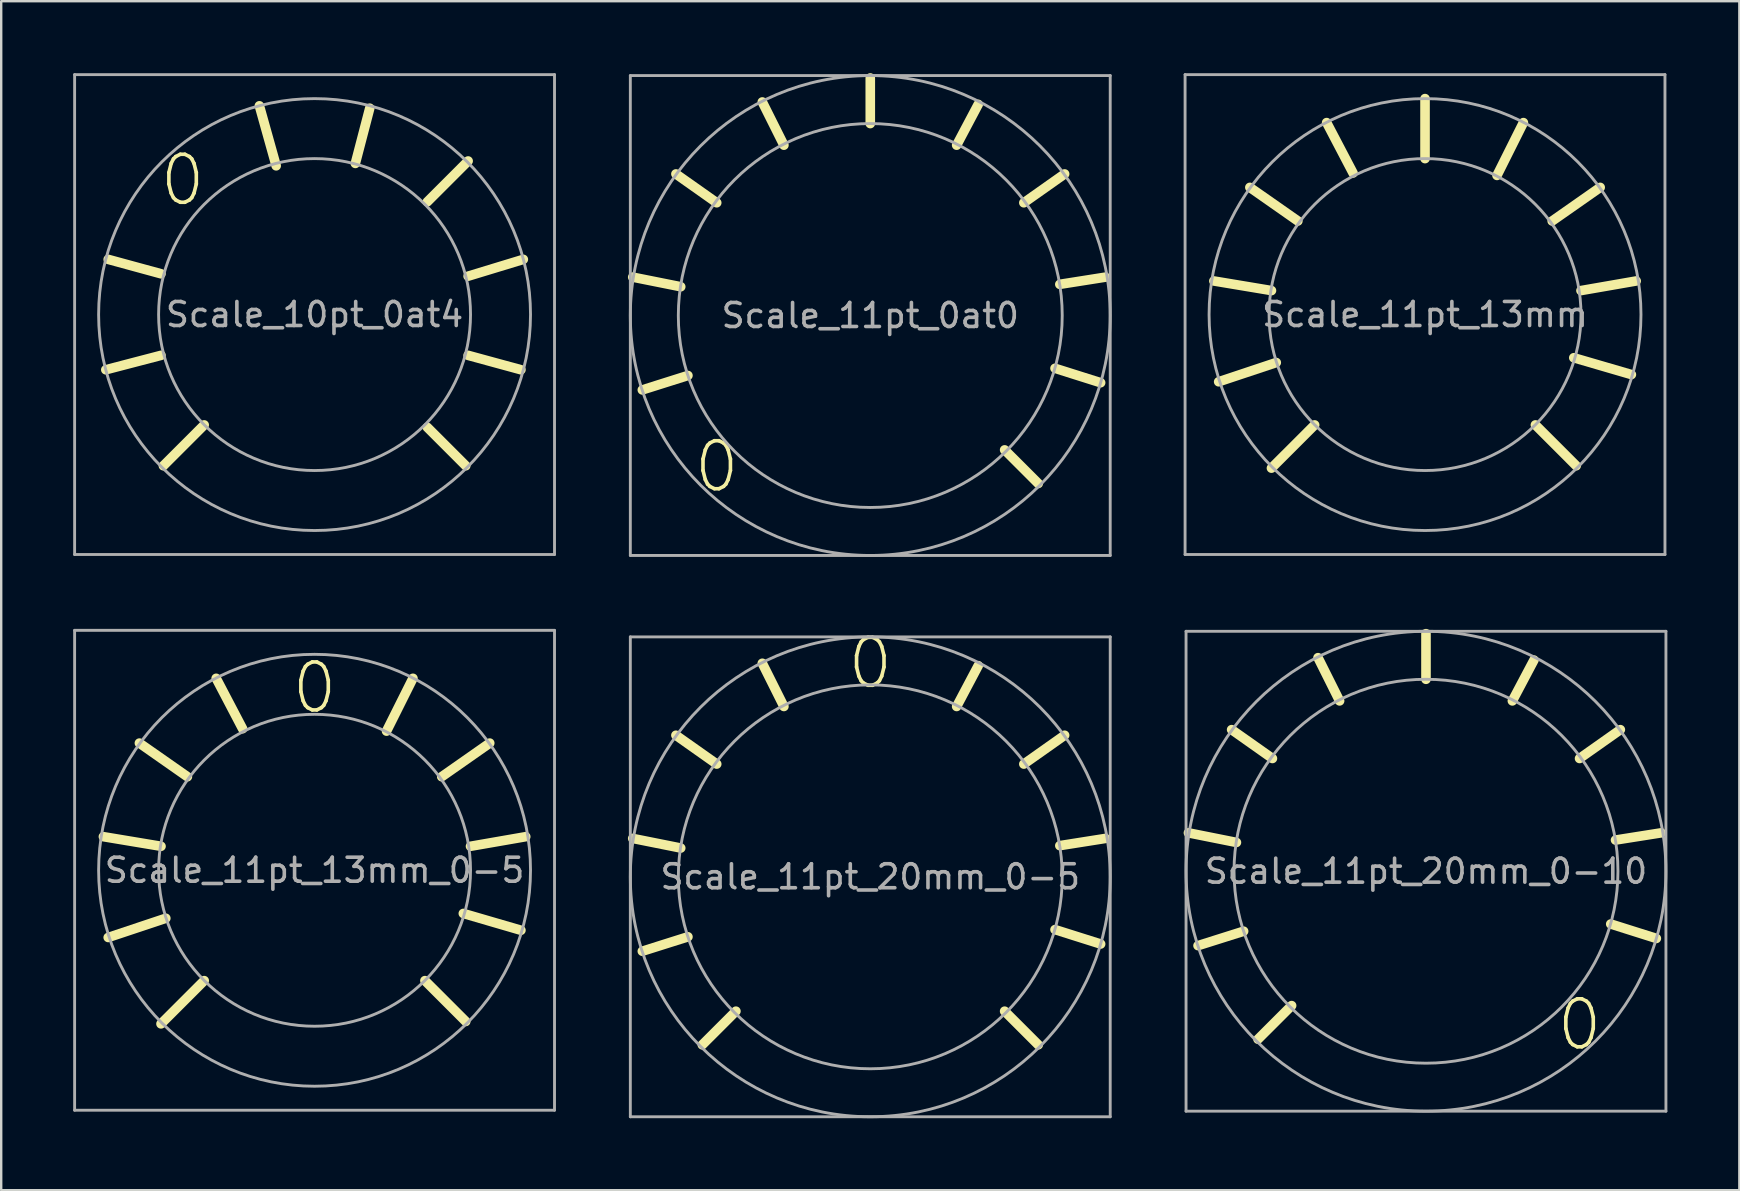
<source format=kicad_pcb>
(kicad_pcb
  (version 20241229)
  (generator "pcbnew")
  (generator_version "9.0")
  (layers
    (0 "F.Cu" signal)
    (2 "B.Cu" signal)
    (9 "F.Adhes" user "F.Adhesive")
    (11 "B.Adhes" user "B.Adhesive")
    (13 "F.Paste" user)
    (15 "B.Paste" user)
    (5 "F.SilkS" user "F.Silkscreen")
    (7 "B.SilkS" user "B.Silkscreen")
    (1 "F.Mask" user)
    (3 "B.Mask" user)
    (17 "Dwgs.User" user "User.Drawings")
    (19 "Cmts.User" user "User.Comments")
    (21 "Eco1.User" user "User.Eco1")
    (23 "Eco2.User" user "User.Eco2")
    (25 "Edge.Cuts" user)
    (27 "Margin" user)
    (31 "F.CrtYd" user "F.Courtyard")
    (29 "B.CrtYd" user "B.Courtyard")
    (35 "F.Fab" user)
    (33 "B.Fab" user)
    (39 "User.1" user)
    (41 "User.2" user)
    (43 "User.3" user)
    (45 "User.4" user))
  (footprint "Scale_11pt_13mm_0-5"
    (layer "F.Cu")
    (at 10.06 33.22)
    (property "Reference" "Scale_11pt_13mm_0-5" (at 0 0 0) (layer "F.Fab") (effects (font (size 1 1) (thickness 0.15))))
    (attr through_hole)
    (fp_line (start -6.4 -1) (end -8.8 -1.4) (stroke (width 0.4) (type solid)) (layer "F.SilkS"))
    (fp_line (start -6.2 2) (end -8.6 2.8) (stroke (width 0.4) (type solid)) (layer "F.SilkS"))
    (fp_line (start -5.3 -3.9) (end -7.3 -5.3) (stroke (width 0.4) (type solid)) (layer "F.SilkS"))
    (fp_line (start -4.6 4.6) (end -6.4 6.4) (stroke (width 0.4) (type solid)) (layer "F.SilkS"))
    (fp_line (start -3 -5.9) (end -4.1 -8) (stroke (width 0.4) (type solid)) (layer "F.SilkS"))
    (fp_line (start 3 -5.8) (end 4.1 -8) (stroke (width 0.4) (type solid)) (layer "F.SilkS"))
    (fp_line (start 4.6 4.6) (end 6.3 6.3) (stroke (width 0.4) (type solid)) (layer "F.SilkS"))
    (fp_line (start 5.3 -3.9) (end 7.3 -5.3) (stroke (width 0.4) (type solid)) (layer "F.SilkS"))
    (fp_line (start 6.2 1.8) (end 8.6 2.5) (stroke (width 0.4) (type solid)) (layer "F.SilkS"))
    (fp_line (start 6.5 -1) (end 8.8 -1.4) (stroke (width 0.4) (type solid)) (layer "F.SilkS"))
    (fp_line (start -10 -10) (end -10 10) (stroke (width 0.12) (type solid)) (layer "F.Fab"))
    (fp_line (start -10 -10) (end 10 -10) (stroke (width 0.12) (type solid)) (layer "F.Fab"))
    (fp_line (start -10 10) (end 10 10) (stroke (width 0.12) (type solid)) (layer "F.Fab"))
    (fp_line (start 10 -10) (end 10 10) (stroke (width 0.12) (type solid)) (layer "F.Fab"))
    (fp_circle (center 0 0) (end 6.5 0) (stroke (width 0.12) (type solid)) (fill no) (layer "F.Fab"))
    (fp_circle (center 0 0) (end 9 0) (stroke (width 0.12) (type solid)) (fill no) (layer "F.Fab"))
    (fp_text user "0" (at 0 -7.6 0) (layer "F.SilkS") (effects (font (size 2 2) (thickness 0.15)))))
  (footprint "Scale_11pt_20mm_0-10"
    (layer "F.Cu")
    (at 56.38 33.26)
    (property "Reference" "Scale_11pt_20mm_0-10" (at 0 0 0) (layer "F.Fab") (effects (font (size 1 1) (thickness 0.15))))
    (attr through_hole)
    (fp_line (start -7.9 -1.2) (end -9.9 -1.6) (stroke (width 0.4) (type solid)) (layer "F.SilkS"))
    (fp_line (start -7.6 2.5) (end -9.5 3.1) (stroke (width 0.4) (type solid)) (layer "F.SilkS"))
    (fp_line (start -6.4 -4.7) (end -8.1 -5.9) (stroke (width 0.4) (type solid)) (layer "F.SilkS"))
    (fp_line (start -5.6 5.6) (end -7 7) (stroke (width 0.4) (type solid)) (layer "F.SilkS"))
    (fp_line (start -3.6 -7.1) (end -4.5 -8.9) (stroke (width 0.4) (type solid)) (layer "F.SilkS"))
    (fp_line (start 0 -8) (end 0 -9.9) (stroke (width 0.4) (type solid)) (layer "F.SilkS"))
    (fp_line (start 3.6 -7.1) (end 4.5 -8.8) (stroke (width 0.4) (type solid)) (layer "F.SilkS"))
    (fp_line (start 6.4 -4.7) (end 8.1 -5.9) (stroke (width 0.4) (type solid)) (layer "F.SilkS"))
    (fp_line (start 7.7 2.2) (end 9.6 2.8) (stroke (width 0.4) (type solid)) (layer "F.SilkS"))
    (fp_line (start 7.9 -1.3) (end 9.8 -1.6) (stroke (width 0.4) (type solid)) (layer "F.SilkS"))
    (fp_line (start -10 -10) (end -10 10) (stroke (width 0.12) (type solid)) (layer "F.Fab"))
    (fp_line (start -10 -10) (end 10 -10) (stroke (width 0.12) (type solid)) (layer "F.Fab"))
    (fp_line (start -10 10) (end 10 10) (stroke (width 0.12) (type solid)) (layer "F.Fab"))
    (fp_line (start 10 -10) (end 10 10) (stroke (width 0.12) (type solid)) (layer "F.Fab"))
    (fp_circle (center 0 0) (end 8 0) (stroke (width 0.12) (type solid)) (fill no) (layer "F.Fab"))
    (fp_circle (center 0 0) (end 10 0) (stroke (width 0.12) (type solid)) (fill no) (layer "F.Fab"))
    (fp_text user "0" (at 6.4 6.4 0) (layer "F.SilkS") (effects (font (size 2 2) (thickness 0.15)))))
  (footprint "Scale_11pt_13mm"
    (layer "F.Cu")
    (at 56.34 10.06)
    (property "Reference" "Scale_11pt_13mm" (at 0 0 0) (layer "F.Fab") (effects (font (size 1 1) (thickness 0.15))))
    (attr through_hole)
    (fp_line (start -6.4 -1) (end -8.8 -1.4) (stroke (width 0.4) (type solid)) (layer "F.SilkS"))
    (fp_line (start -6.2 2) (end -8.6 2.8) (stroke (width 0.4) (type solid)) (layer "F.SilkS"))
    (fp_line (start -5.3 -3.9) (end -7.3 -5.3) (stroke (width 0.4) (type solid)) (layer "F.SilkS"))
    (fp_line (start -4.6 4.6) (end -6.4 6.4) (stroke (width 0.4) (type solid)) (layer "F.SilkS"))
    (fp_line (start -3 -5.9) (end -4.1 -8) (stroke (width 0.4) (type solid)) (layer "F.SilkS"))
    (fp_line (start 0 -6.5) (end 0 -9) (stroke (width 0.4) (type solid)) (layer "F.SilkS"))
    (fp_line (start 3 -5.8) (end 4.1 -8) (stroke (width 0.4) (type solid)) (layer "F.SilkS"))
    (fp_line (start 4.6 4.6) (end 6.3 6.3) (stroke (width 0.4) (type solid)) (layer "F.SilkS"))
    (fp_line (start 5.3 -3.9) (end 7.3 -5.3) (stroke (width 0.4) (type solid)) (layer "F.SilkS"))
    (fp_line (start 6.2 1.8) (end 8.6 2.5) (stroke (width 0.4) (type solid)) (layer "F.SilkS"))
    (fp_line (start 6.5 -1) (end 8.8 -1.4) (stroke (width 0.4) (type solid)) (layer "F.SilkS"))
    (fp_line (start -10 -10) (end -10 10) (stroke (width 0.12) (type solid)) (layer "F.Fab"))
    (fp_line (start -10 -10) (end 10 -10) (stroke (width 0.12) (type solid)) (layer "F.Fab"))
    (fp_line (start -10 10) (end 10 10) (stroke (width 0.12) (type solid)) (layer "F.Fab"))
    (fp_line (start 10 -10) (end 10 10) (stroke (width 0.12) (type solid)) (layer "F.Fab"))
    (fp_circle (center 0 0) (end 6.5 0) (stroke (width 0.12) (type solid)) (fill no) (layer "F.Fab"))
    (fp_circle (center 0 0) (end 9 0) (stroke (width 0.12) (type solid)) (fill no) (layer "F.Fab")))
  (footprint "Scale_11pt_20mm_0-5"
    (layer "F.Cu")
    (at 33.22 33.493)
    (property "Reference" "Scale_11pt_20mm_0-5" (at 0 0 0) (layer "F.Fab") (effects (font (size 1 1) (thickness 0.15))))
    (attr through_hole)
    (fp_line (start -7.9 -1.2) (end -9.9 -1.6) (stroke (width 0.4) (type solid)) (layer "F.SilkS"))
    (fp_line (start -7.6 2.5) (end -9.5 3.1) (stroke (width 0.4) (type solid)) (layer "F.SilkS"))
    (fp_line (start -6.4 -4.7) (end -8.1 -5.9) (stroke (width 0.4) (type solid)) (layer "F.SilkS"))
    (fp_line (start -5.6 5.6) (end -7 7) (stroke (width 0.4) (type solid)) (layer "F.SilkS"))
    (fp_line (start -3.6 -7.1) (end -4.5 -8.9) (stroke (width 0.4) (type solid)) (layer "F.SilkS"))
    (fp_line (start 3.6 -7.1) (end 4.5 -8.8) (stroke (width 0.4) (type solid)) (layer "F.SilkS"))
    (fp_line (start 5.6 5.6) (end 7 7) (stroke (width 0.4) (type solid)) (layer "F.SilkS"))
    (fp_line (start 6.4 -4.7) (end 8.1 -5.9) (stroke (width 0.4) (type solid)) (layer "F.SilkS"))
    (fp_line (start 7.7 2.2) (end 9.6 2.8) (stroke (width 0.4) (type solid)) (layer "F.SilkS"))
    (fp_line (start 7.9 -1.3) (end 9.8 -1.6) (stroke (width 0.4) (type solid)) (layer "F.SilkS"))
    (fp_line (start -10 -10) (end -10 10) (stroke (width 0.12) (type solid)) (layer "F.Fab"))
    (fp_line (start -10 -10) (end 10 -10) (stroke (width 0.12) (type solid)) (layer "F.Fab"))
    (fp_line (start -10 10) (end 10 10) (stroke (width 0.12) (type solid)) (layer "F.Fab"))
    (fp_line (start 10 -10) (end 10 10) (stroke (width 0.12) (type solid)) (layer "F.Fab"))
    (fp_circle (center 0 0) (end 8 0) (stroke (width 0.12) (type solid)) (fill no) (layer "F.Fab"))
    (fp_circle (center 0 0) (end 10 0) (stroke (width 0.12) (type solid)) (fill no) (layer "F.Fab"))
    (fp_text user "0" (at 0 -8.9 0) (layer "F.SilkS") (effects (font (size 2 2) (thickness 0.15)))))
  (footprint "Scale_11pt_0at0"
    (layer "F.Cu")
    (at 33.22 10.1)
    (property "Reference" "Scale_11pt_0at0" (at 0 0 0) (layer "F.Fab") (effects (font (size 1 1) (thickness 0.15))))
    (attr through_hole)
    (fp_line (start -7.9 -1.2) (end -9.9 -1.6) (stroke (width 0.4) (type solid)) (layer "F.SilkS"))
    (fp_line (start -7.6 2.5) (end -9.5 3.1) (stroke (width 0.4) (type solid)) (layer "F.SilkS"))
    (fp_line (start -6.4 -4.7) (end -8.1 -5.9) (stroke (width 0.4) (type solid)) (layer "F.SilkS"))
    (fp_line (start -3.6 -7.1) (end -4.5 -8.9) (stroke (width 0.4) (type solid)) (layer "F.SilkS"))
    (fp_line (start 0 -8) (end 0 -9.9) (stroke (width 0.4) (type solid)) (layer "F.SilkS"))
    (fp_line (start 3.6 -7.1) (end 4.5 -8.8) (stroke (width 0.4) (type solid)) (layer "F.SilkS"))
    (fp_line (start 5.6 5.6) (end 7 7) (stroke (width 0.4) (type solid)) (layer "F.SilkS"))
    (fp_line (start 6.4 -4.7) (end 8.1 -5.9) (stroke (width 0.4) (type solid)) (layer "F.SilkS"))
    (fp_line (start 7.7 2.2) (end 9.6 2.8) (stroke (width 0.4) (type solid)) (layer "F.SilkS"))
    (fp_line (start 7.9 -1.3) (end 9.8 -1.6) (stroke (width 0.4) (type solid)) (layer "F.SilkS"))
    (fp_line (start -10 -10) (end -10 10) (stroke (width 0.12) (type solid)) (layer "F.Fab"))
    (fp_line (start -10 -10) (end 10 -10) (stroke (width 0.12) (type solid)) (layer "F.Fab"))
    (fp_line (start -10 10) (end 10 10) (stroke (width 0.12) (type solid)) (layer "F.Fab"))
    (fp_line (start 10 -10) (end 10 10) (stroke (width 0.12) (type solid)) (layer "F.Fab"))
    (fp_circle (center 0 0) (end 8 0) (stroke (width 0.12) (type solid)) (fill no) (layer "F.Fab"))
    (fp_circle (center 0 0) (end 10 0) (stroke (width 0.12) (type solid)) (fill no) (layer "F.Fab"))
    (fp_text user "0" (at -6.4 6.3 0) (layer "F.SilkS") (effects (font (size 2 2) (thickness 0.15)))))
  (footprint "Scale_10pt_0at4"
    (layer "F.Cu")
    (at 10.06 10.06)
    (property "Reference" "Scale_10pt_0at4" (at 0 0 0) (layer "F.Fab") (effects (font (size 1 1) (thickness 0.15))))
    (attr through_hole)
    (fp_line (start -6.4 -1.7) (end -8.6 -2.3) (stroke (width 0.4) (type solid)) (layer "F.SilkS"))
    (fp_line (start -6.4 1.7) (end -8.7 2.3) (stroke (width 0.4) (type solid)) (layer "F.SilkS"))
    (fp_line (start -4.6 4.6) (end -6.3 6.3) (stroke (width 0.4) (type solid)) (layer "F.SilkS"))
    (fp_line (start -1.6 -6.2) (end -2.3 -8.7) (stroke (width 0.4) (type solid)) (layer "F.SilkS"))
    (fp_line (start 1.7 -6.3) (end 2.3 -8.6) (stroke (width 0.4) (type solid)) (layer "F.SilkS"))
    (fp_line (start 4.7 -4.7) (end 6.4 -6.4) (stroke (width 0.4) (type solid)) (layer "F.SilkS"))
    (fp_line (start 4.7 4.7) (end 6.3 6.3) (stroke (width 0.4) (type solid)) (layer "F.SilkS"))
    (fp_line (start 6.4 -1.6) (end 8.7 -2.3) (stroke (width 0.4) (type solid)) (layer "F.SilkS"))
    (fp_line (start 6.4 1.7) (end 8.6 2.3) (stroke (width 0.4) (type solid)) (layer "F.SilkS"))
    (fp_line (start -10 -10) (end -10 10) (stroke (width 0.12) (type solid)) (layer "F.Fab"))
    (fp_line (start -10 -10) (end 10 -10) (stroke (width 0.12) (type solid)) (layer "F.Fab"))
    (fp_line (start -10 10) (end 10 10) (stroke (width 0.12) (type solid)) (layer "F.Fab"))
    (fp_line (start 10 -10) (end 10 10) (stroke (width 0.12) (type solid)) (layer "F.Fab"))
    (fp_circle (center 0 0) (end 6.5 0) (stroke (width 0.12) (type solid)) (fill no) (layer "F.Fab"))
    (fp_circle (center 0 0) (end 9 0) (stroke (width 0.12) (type solid)) (fill no) (layer "F.Fab"))
    (fp_text user "0" (at -5.5 -5.598 0) (layer "F.SilkS") (effects (font (size 2 2) (thickness 0.15)))))
  (gr_rect
    (start -3 -3)
    (end 69.44 46.553)
    (stroke (width 0.1) (type default))
    (fill no)
    (layer "Edge.Cuts")))
</source>
